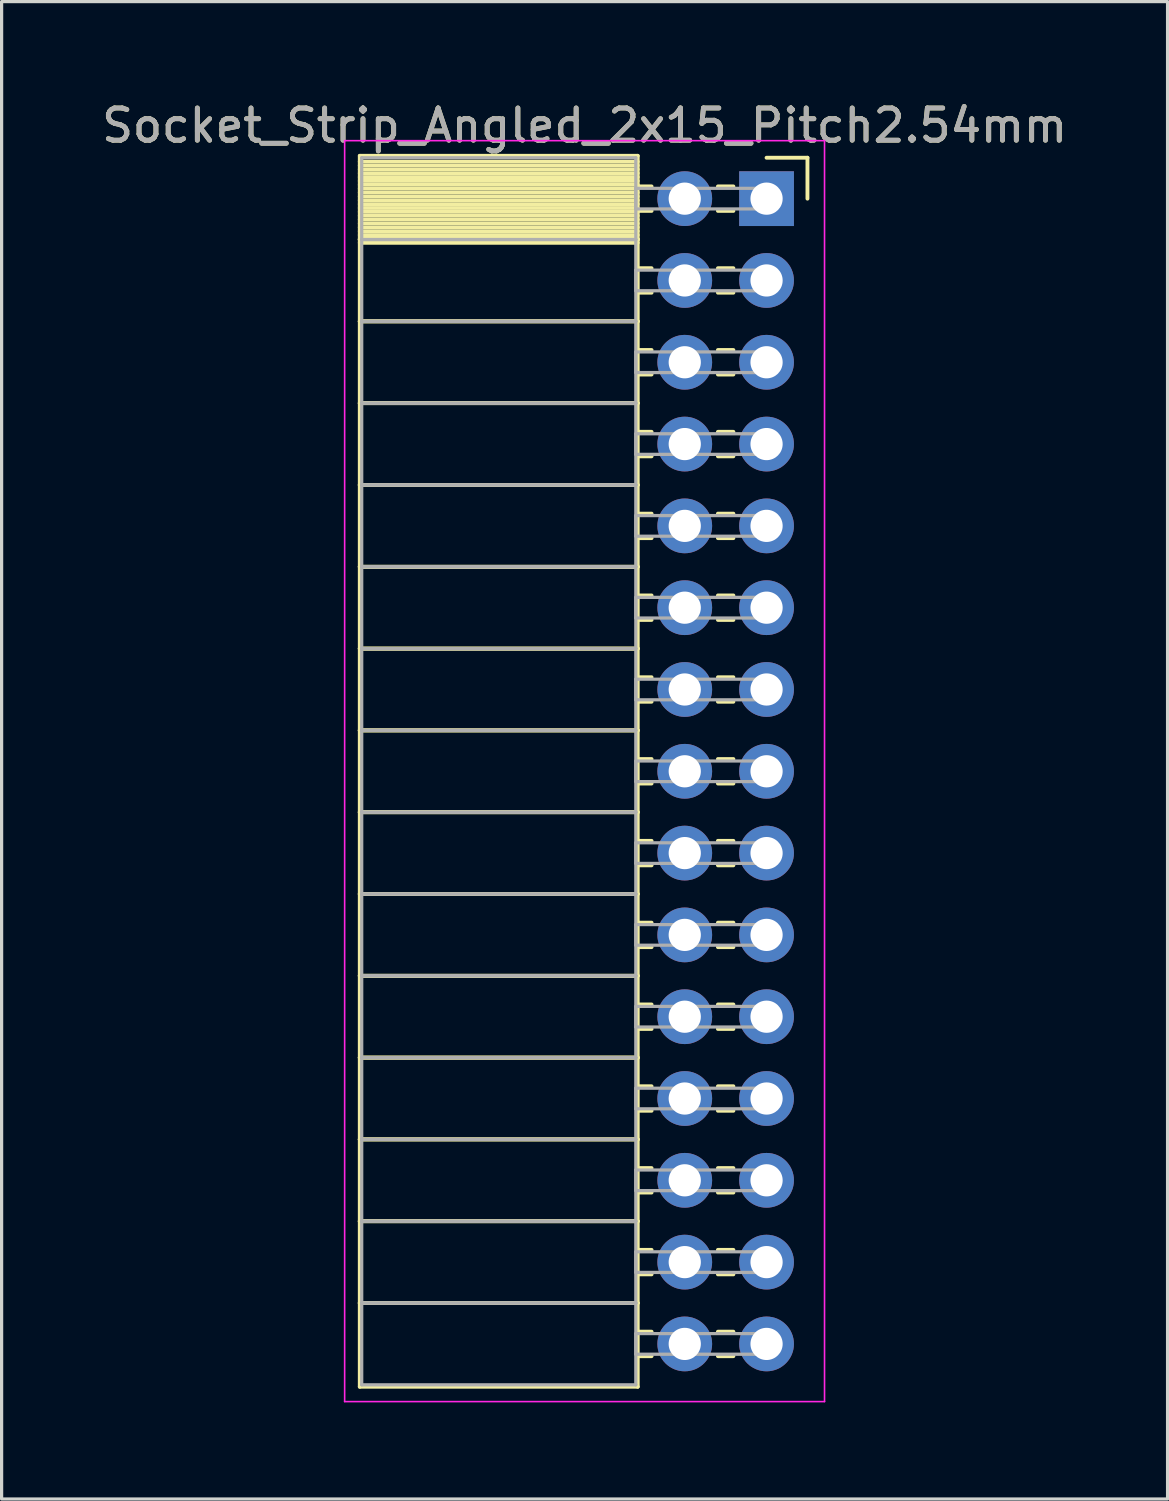
<source format=kicad_pcb>
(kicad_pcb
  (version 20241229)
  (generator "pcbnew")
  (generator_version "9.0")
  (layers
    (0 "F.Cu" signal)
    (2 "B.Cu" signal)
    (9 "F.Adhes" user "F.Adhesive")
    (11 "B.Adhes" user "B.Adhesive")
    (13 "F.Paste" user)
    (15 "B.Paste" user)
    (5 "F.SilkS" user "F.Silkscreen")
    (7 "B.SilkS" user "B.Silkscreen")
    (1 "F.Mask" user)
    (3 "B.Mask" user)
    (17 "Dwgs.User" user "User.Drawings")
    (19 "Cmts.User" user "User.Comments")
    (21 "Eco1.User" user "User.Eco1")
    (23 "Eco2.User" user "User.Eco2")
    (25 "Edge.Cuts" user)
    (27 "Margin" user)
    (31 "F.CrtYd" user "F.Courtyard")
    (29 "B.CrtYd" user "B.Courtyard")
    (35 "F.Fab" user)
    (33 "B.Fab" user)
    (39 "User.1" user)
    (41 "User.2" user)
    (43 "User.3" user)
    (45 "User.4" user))
  (footprint "Socket_Strip_Angled_2x15_Pitch2.54mm"
    (layer "F.Cu")
    (at 20.751 3.118)
    (property "Reference" "Socket_Strip_Angled_2x15_Pitch2.54mm" (at -5.65 -2.27 0) (layer "F.SilkS") (effects (font (size 1 1) (thickness 0.15))))
    (attr through_hole)
    (fp_line (start -12.63 -1.33) (end -4 -1.33) (stroke (width 0.12) (type solid)) (layer "F.SilkS"))
    (fp_line (start -12.63 1.27) (end -12.63 -1.33) (stroke (width 0.12) (type solid)) (layer "F.SilkS"))
    (fp_line (start -12.63 1.27) (end -4 1.27) (stroke (width 0.12) (type solid)) (layer "F.SilkS"))
    (fp_line (start -12.63 3.81) (end -12.63 1.27) (stroke (width 0.12) (type solid)) (layer "F.SilkS"))
    (fp_line (start -12.63 3.81) (end -4 3.81) (stroke (width 0.12) (type solid)) (layer "F.SilkS"))
    (fp_line (start -12.63 6.35) (end -12.63 3.81) (stroke (width 0.12) (type solid)) (layer "F.SilkS"))
    (fp_line (start -12.63 6.35) (end -4 6.35) (stroke (width 0.12) (type solid)) (layer "F.SilkS"))
    (fp_line (start -12.63 8.89) (end -12.63 6.35) (stroke (width 0.12) (type solid)) (layer "F.SilkS"))
    (fp_line (start -12.63 8.89) (end -4 8.89) (stroke (width 0.12) (type solid)) (layer "F.SilkS"))
    (fp_line (start -12.63 11.43) (end -12.63 8.89) (stroke (width 0.12) (type solid)) (layer "F.SilkS"))
    (fp_line (start -12.63 11.43) (end -4 11.43) (stroke (width 0.12) (type solid)) (layer "F.SilkS"))
    (fp_line (start -12.63 13.97) (end -12.63 11.43) (stroke (width 0.12) (type solid)) (layer "F.SilkS"))
    (fp_line (start -12.63 13.97) (end -4 13.97) (stroke (width 0.12) (type solid)) (layer "F.SilkS"))
    (fp_line (start -12.63 16.51) (end -12.63 13.97) (stroke (width 0.12) (type solid)) (layer "F.SilkS"))
    (fp_line (start -12.63 16.51) (end -4 16.51) (stroke (width 0.12) (type solid)) (layer "F.SilkS"))
    (fp_line (start -12.63 19.05) (end -12.63 16.51) (stroke (width 0.12) (type solid)) (layer "F.SilkS"))
    (fp_line (start -12.63 19.05) (end -4 19.05) (stroke (width 0.12) (type solid)) (layer "F.SilkS"))
    (fp_line (start -12.63 21.59) (end -12.63 19.05) (stroke (width 0.12) (type solid)) (layer "F.SilkS"))
    (fp_line (start -12.63 21.59) (end -4 21.59) (stroke (width 0.12) (type solid)) (layer "F.SilkS"))
    (fp_line (start -12.63 24.13) (end -12.63 21.59) (stroke (width 0.12) (type solid)) (layer "F.SilkS"))
    (fp_line (start -12.63 24.13) (end -4 24.13) (stroke (width 0.12) (type solid)) (layer "F.SilkS"))
    (fp_line (start -12.63 26.67) (end -12.63 24.13) (stroke (width 0.12) (type solid)) (layer "F.SilkS"))
    (fp_line (start -12.63 26.67) (end -4 26.67) (stroke (width 0.12) (type solid)) (layer "F.SilkS"))
    (fp_line (start -12.63 29.21) (end -12.63 26.67) (stroke (width 0.12) (type solid)) (layer "F.SilkS"))
    (fp_line (start -12.63 29.21) (end -4 29.21) (stroke (width 0.12) (type solid)) (layer "F.SilkS"))
    (fp_line (start -12.63 31.75) (end -12.63 29.21) (stroke (width 0.12) (type solid)) (layer "F.SilkS"))
    (fp_line (start -12.63 31.75) (end -4 31.75) (stroke (width 0.12) (type solid)) (layer "F.SilkS"))
    (fp_line (start -12.63 34.29) (end -12.63 31.75) (stroke (width 0.12) (type solid)) (layer "F.SilkS"))
    (fp_line (start -12.63 34.29) (end -4 34.29) (stroke (width 0.12) (type solid)) (layer "F.SilkS"))
    (fp_line (start -12.63 36.89) (end -12.63 34.29) (stroke (width 0.12) (type solid)) (layer "F.SilkS"))
    (fp_line (start -4 -1.33) (end -4 1.27) (stroke (width 0.12) (type solid)) (layer "F.SilkS"))
    (fp_line (start -4 -1.15) (end -12.63 -1.15) (stroke (width 0.12) (type solid)) (layer "F.SilkS"))
    (fp_line (start -4 -1.03) (end -12.63 -1.03) (stroke (width 0.12) (type solid)) (layer "F.SilkS"))
    (fp_line (start -4 -0.91) (end -12.63 -0.91) (stroke (width 0.12) (type solid)) (layer "F.SilkS"))
    (fp_line (start -4 -0.79) (end -12.63 -0.79) (stroke (width 0.12) (type solid)) (layer "F.SilkS"))
    (fp_line (start -4 -0.67) (end -12.63 -0.67) (stroke (width 0.12) (type solid)) (layer "F.SilkS"))
    (fp_line (start -4 -0.55) (end -12.63 -0.55) (stroke (width 0.12) (type solid)) (layer "F.SilkS"))
    (fp_line (start -4 -0.43) (end -12.63 -0.43) (stroke (width 0.12) (type solid)) (layer "F.SilkS"))
    (fp_line (start -4 -0.31) (end -12.63 -0.31) (stroke (width 0.12) (type solid)) (layer "F.SilkS"))
    (fp_line (start -4 -0.19) (end -12.63 -0.19) (stroke (width 0.12) (type solid)) (layer "F.SilkS"))
    (fp_line (start -4 -0.07) (end -12.63 -0.07) (stroke (width 0.12) (type solid)) (layer "F.SilkS"))
    (fp_line (start -4 0.05) (end -12.63 0.05) (stroke (width 0.12) (type solid)) (layer "F.SilkS"))
    (fp_line (start -4 0.17) (end -12.63 0.17) (stroke (width 0.12) (type solid)) (layer "F.SilkS"))
    (fp_line (start -4 0.29) (end -12.63 0.29) (stroke (width 0.12) (type solid)) (layer "F.SilkS"))
    (fp_line (start -4 0.41) (end -12.63 0.41) (stroke (width 0.12) (type solid)) (layer "F.SilkS"))
    (fp_line (start -4 0.53) (end -12.63 0.53) (stroke (width 0.12) (type solid)) (layer "F.SilkS"))
    (fp_line (start -4 0.65) (end -12.63 0.65) (stroke (width 0.12) (type solid)) (layer "F.SilkS"))
    (fp_line (start -4 0.77) (end -12.63 0.77) (stroke (width 0.12) (type solid)) (layer "F.SilkS"))
    (fp_line (start -4 0.89) (end -12.63 0.89) (stroke (width 0.12) (type solid)) (layer "F.SilkS"))
    (fp_line (start -4 1.01) (end -12.63 1.01) (stroke (width 0.12) (type solid)) (layer "F.SilkS"))
    (fp_line (start -4 1.13) (end -12.63 1.13) (stroke (width 0.12) (type solid)) (layer "F.SilkS"))
    (fp_line (start -4 1.25) (end -12.63 1.25) (stroke (width 0.12) (type solid)) (layer "F.SilkS"))
    (fp_line (start -4 1.27) (end -12.63 1.27) (stroke (width 0.12) (type solid)) (layer "F.SilkS"))
    (fp_line (start -4 1.27) (end -4 3.81) (stroke (width 0.12) (type solid)) (layer "F.SilkS"))
    (fp_line (start -4 1.37) (end -12.63 1.37) (stroke (width 0.12) (type solid)) (layer "F.SilkS"))
    (fp_line (start -4 3.81) (end -12.63 3.81) (stroke (width 0.12) (type solid)) (layer "F.SilkS"))
    (fp_line (start -4 3.81) (end -4 6.35) (stroke (width 0.12) (type solid)) (layer "F.SilkS"))
    (fp_line (start -4 6.35) (end -12.63 6.35) (stroke (width 0.12) (type solid)) (layer "F.SilkS"))
    (fp_line (start -4 6.35) (end -4 8.89) (stroke (width 0.12) (type solid)) (layer "F.SilkS"))
    (fp_line (start -4 8.89) (end -12.63 8.89) (stroke (width 0.12) (type solid)) (layer "F.SilkS"))
    (fp_line (start -4 8.89) (end -4 11.43) (stroke (width 0.12) (type solid)) (layer "F.SilkS"))
    (fp_line (start -4 11.43) (end -12.63 11.43) (stroke (width 0.12) (type solid)) (layer "F.SilkS"))
    (fp_line (start -4 11.43) (end -4 13.97) (stroke (width 0.12) (type solid)) (layer "F.SilkS"))
    (fp_line (start -4 13.97) (end -12.63 13.97) (stroke (width 0.12) (type solid)) (layer "F.SilkS"))
    (fp_line (start -4 13.97) (end -4 16.51) (stroke (width 0.12) (type solid)) (layer "F.SilkS"))
    (fp_line (start -4 16.51) (end -12.63 16.51) (stroke (width 0.12) (type solid)) (layer "F.SilkS"))
    (fp_line (start -4 16.51) (end -4 19.05) (stroke (width 0.12) (type solid)) (layer "F.SilkS"))
    (fp_line (start -4 19.05) (end -12.63 19.05) (stroke (width 0.12) (type solid)) (layer "F.SilkS"))
    (fp_line (start -4 19.05) (end -4 21.59) (stroke (width 0.12) (type solid)) (layer "F.SilkS"))
    (fp_line (start -4 21.59) (end -12.63 21.59) (stroke (width 0.12) (type solid)) (layer "F.SilkS"))
    (fp_line (start -4 21.59) (end -4 24.13) (stroke (width 0.12) (type solid)) (layer "F.SilkS"))
    (fp_line (start -4 24.13) (end -12.63 24.13) (stroke (width 0.12) (type solid)) (layer "F.SilkS"))
    (fp_line (start -4 24.13) (end -4 26.67) (stroke (width 0.12) (type solid)) (layer "F.SilkS"))
    (fp_line (start -4 26.67) (end -12.63 26.67) (stroke (width 0.12) (type solid)) (layer "F.SilkS"))
    (fp_line (start -4 26.67) (end -4 29.21) (stroke (width 0.12) (type solid)) (layer "F.SilkS"))
    (fp_line (start -4 29.21) (end -12.63 29.21) (stroke (width 0.12) (type solid)) (layer "F.SilkS"))
    (fp_line (start -4 29.21) (end -4 31.75) (stroke (width 0.12) (type solid)) (layer "F.SilkS"))
    (fp_line (start -4 31.75) (end -12.63 31.75) (stroke (width 0.12) (type solid)) (layer "F.SilkS"))
    (fp_line (start -4 31.75) (end -4 34.29) (stroke (width 0.12) (type solid)) (layer "F.SilkS"))
    (fp_line (start -4 34.29) (end -12.63 34.29) (stroke (width 0.12) (type solid)) (layer "F.SilkS"))
    (fp_line (start -4 34.29) (end -4 36.89) (stroke (width 0.12) (type solid)) (layer "F.SilkS"))
    (fp_line (start -4 36.89) (end -12.63 36.89) (stroke (width 0.12) (type solid)) (layer "F.SilkS"))
    (fp_line (start -3.57 -0.38) (end -4 -0.38) (stroke (width 0.12) (type solid)) (layer "F.SilkS"))
    (fp_line (start -3.57 0.38) (end -4 0.38) (stroke (width 0.12) (type solid)) (layer "F.SilkS"))
    (fp_line (start -3.57 2.16) (end -4 2.16) (stroke (width 0.12) (type solid)) (layer "F.SilkS"))
    (fp_line (start -3.57 2.92) (end -4 2.92) (stroke (width 0.12) (type solid)) (layer "F.SilkS"))
    (fp_line (start -3.57 4.7) (end -4 4.7) (stroke (width 0.12) (type solid)) (layer "F.SilkS"))
    (fp_line (start -3.57 5.46) (end -4 5.46) (stroke (width 0.12) (type solid)) (layer "F.SilkS"))
    (fp_line (start -3.57 7.24) (end -4 7.24) (stroke (width 0.12) (type solid)) (layer "F.SilkS"))
    (fp_line (start -3.57 8) (end -4 8) (stroke (width 0.12) (type solid)) (layer "F.SilkS"))
    (fp_line (start -3.57 9.78) (end -4 9.78) (stroke (width 0.12) (type solid)) (layer "F.SilkS"))
    (fp_line (start -3.57 10.54) (end -4 10.54) (stroke (width 0.12) (type solid)) (layer "F.SilkS"))
    (fp_line (start -3.57 12.32) (end -4 12.32) (stroke (width 0.12) (type solid)) (layer "F.SilkS"))
    (fp_line (start -3.57 13.08) (end -4 13.08) (stroke (width 0.12) (type solid)) (layer "F.SilkS"))
    (fp_line (start -3.57 14.86) (end -4 14.86) (stroke (width 0.12) (type solid)) (layer "F.SilkS"))
    (fp_line (start -3.57 15.62) (end -4 15.62) (stroke (width 0.12) (type solid)) (layer "F.SilkS"))
    (fp_line (start -3.57 17.4) (end -4 17.4) (stroke (width 0.12) (type solid)) (layer "F.SilkS"))
    (fp_line (start -3.57 18.16) (end -4 18.16) (stroke (width 0.12) (type solid)) (layer "F.SilkS"))
    (fp_line (start -3.57 19.94) (end -4 19.94) (stroke (width 0.12) (type solid)) (layer "F.SilkS"))
    (fp_line (start -3.57 20.7) (end -4 20.7) (stroke (width 0.12) (type solid)) (layer "F.SilkS"))
    (fp_line (start -3.57 22.48) (end -4 22.48) (stroke (width 0.12) (type solid)) (layer "F.SilkS"))
    (fp_line (start -3.57 23.24) (end -4 23.24) (stroke (width 0.12) (type solid)) (layer "F.SilkS"))
    (fp_line (start -3.57 25.02) (end -4 25.02) (stroke (width 0.12) (type solid)) (layer "F.SilkS"))
    (fp_line (start -3.57 25.78) (end -4 25.78) (stroke (width 0.12) (type solid)) (layer "F.SilkS"))
    (fp_line (start -3.57 27.56) (end -4 27.56) (stroke (width 0.12) (type solid)) (layer "F.SilkS"))
    (fp_line (start -3.57 28.32) (end -4 28.32) (stroke (width 0.12) (type solid)) (layer "F.SilkS"))
    (fp_line (start -3.57 30.1) (end -4 30.1) (stroke (width 0.12) (type solid)) (layer "F.SilkS"))
    (fp_line (start -3.57 30.86) (end -4 30.86) (stroke (width 0.12) (type solid)) (layer "F.SilkS"))
    (fp_line (start -3.57 32.64) (end -4 32.64) (stroke (width 0.12) (type solid)) (layer "F.SilkS"))
    (fp_line (start -3.57 33.4) (end -4 33.4) (stroke (width 0.12) (type solid)) (layer "F.SilkS"))
    (fp_line (start -3.57 35.18) (end -4 35.18) (stroke (width 0.12) (type solid)) (layer "F.SilkS"))
    (fp_line (start -3.57 35.94) (end -4 35.94) (stroke (width 0.12) (type solid)) (layer "F.SilkS"))
    (fp_line (start -1.03 -0.38) (end -1.51 -0.38) (stroke (width 0.12) (type solid)) (layer "F.SilkS"))
    (fp_line (start -1.03 0.38) (end -1.51 0.38) (stroke (width 0.12) (type solid)) (layer "F.SilkS"))
    (fp_line (start -1.03 2.16) (end -1.51 2.16) (stroke (width 0.12) (type solid)) (layer "F.SilkS"))
    (fp_line (start -1.03 2.92) (end -1.51 2.92) (stroke (width 0.12) (type solid)) (layer "F.SilkS"))
    (fp_line (start -1.03 4.7) (end -1.51 4.7) (stroke (width 0.12) (type solid)) (layer "F.SilkS"))
    (fp_line (start -1.03 5.46) (end -1.51 5.46) (stroke (width 0.12) (type solid)) (layer "F.SilkS"))
    (fp_line (start -1.03 7.24) (end -1.51 7.24) (stroke (width 0.12) (type solid)) (layer "F.SilkS"))
    (fp_line (start -1.03 8) (end -1.51 8) (stroke (width 0.12) (type solid)) (layer "F.SilkS"))
    (fp_line (start -1.03 9.78) (end -1.51 9.78) (stroke (width 0.12) (type solid)) (layer "F.SilkS"))
    (fp_line (start -1.03 10.54) (end -1.51 10.54) (stroke (width 0.12) (type solid)) (layer "F.SilkS"))
    (fp_line (start -1.03 12.32) (end -1.51 12.32) (stroke (width 0.12) (type solid)) (layer "F.SilkS"))
    (fp_line (start -1.03 13.08) (end -1.51 13.08) (stroke (width 0.12) (type solid)) (layer "F.SilkS"))
    (fp_line (start -1.03 14.86) (end -1.51 14.86) (stroke (width 0.12) (type solid)) (layer "F.SilkS"))
    (fp_line (start -1.03 15.62) (end -1.51 15.62) (stroke (width 0.12) (type solid)) (layer "F.SilkS"))
    (fp_line (start -1.03 17.4) (end -1.51 17.4) (stroke (width 0.12) (type solid)) (layer "F.SilkS"))
    (fp_line (start -1.03 18.16) (end -1.51 18.16) (stroke (width 0.12) (type solid)) (layer "F.SilkS"))
    (fp_line (start -1.03 19.94) (end -1.51 19.94) (stroke (width 0.12) (type solid)) (layer "F.SilkS"))
    (fp_line (start -1.03 20.7) (end -1.51 20.7) (stroke (width 0.12) (type solid)) (layer "F.SilkS"))
    (fp_line (start -1.03 22.48) (end -1.51 22.48) (stroke (width 0.12) (type solid)) (layer "F.SilkS"))
    (fp_line (start -1.03 23.24) (end -1.51 23.24) (stroke (width 0.12) (type solid)) (layer "F.SilkS"))
    (fp_line (start -1.03 25.02) (end -1.51 25.02) (stroke (width 0.12) (type solid)) (layer "F.SilkS"))
    (fp_line (start -1.03 25.78) (end -1.51 25.78) (stroke (width 0.12) (type solid)) (layer "F.SilkS"))
    (fp_line (start -1.03 27.56) (end -1.51 27.56) (stroke (width 0.12) (type solid)) (layer "F.SilkS"))
    (fp_line (start -1.03 28.32) (end -1.51 28.32) (stroke (width 0.12) (type solid)) (layer "F.SilkS"))
    (fp_line (start -1.03 30.1) (end -1.51 30.1) (stroke (width 0.12) (type solid)) (layer "F.SilkS"))
    (fp_line (start -1.03 30.86) (end -1.51 30.86) (stroke (width 0.12) (type solid)) (layer "F.SilkS"))
    (fp_line (start -1.03 32.64) (end -1.51 32.64) (stroke (width 0.12) (type solid)) (layer "F.SilkS"))
    (fp_line (start -1.03 33.4) (end -1.51 33.4) (stroke (width 0.12) (type solid)) (layer "F.SilkS"))
    (fp_line (start -1.03 35.18) (end -1.51 35.18) (stroke (width 0.12) (type solid)) (layer "F.SilkS"))
    (fp_line (start -1.03 35.94) (end -1.51 35.94) (stroke (width 0.12) (type solid)) (layer "F.SilkS"))
    (fp_line (start 0 -1.27) (end 1.27 -1.27) (stroke (width 0.12) (type solid)) (layer "F.SilkS"))
    (fp_line (start 1.27 -1.27) (end 1.27 0) (stroke (width 0.12) (type solid)) (layer "F.SilkS"))
    (fp_line (start -13.1 -1.8) (end 1.8 -1.8) (stroke (width 0.05) (type solid)) (layer "F.CrtYd"))
    (fp_line (start -13.1 37.35) (end -13.1 -1.8) (stroke (width 0.05) (type solid)) (layer "F.CrtYd"))
    (fp_line (start 1.8 -1.8) (end 1.8 37.35) (stroke (width 0.05) (type solid)) (layer "F.CrtYd"))
    (fp_line (start 1.8 37.35) (end -13.1 37.35) (stroke (width 0.05) (type solid)) (layer "F.CrtYd"))
    (fp_line (start -12.57 -1.27) (end -4.06 -1.27) (stroke (width 0.1) (type solid)) (layer "F.Fab"))
    (fp_line (start -12.57 1.27) (end -12.57 -1.27) (stroke (width 0.1) (type solid)) (layer "F.Fab"))
    (fp_line (start -12.57 1.27) (end -4.06 1.27) (stroke (width 0.1) (type solid)) (layer "F.Fab"))
    (fp_line (start -12.57 3.81) (end -12.57 1.27) (stroke (width 0.1) (type solid)) (layer "F.Fab"))
    (fp_line (start -12.57 3.81) (end -4.06 3.81) (stroke (width 0.1) (type solid)) (layer "F.Fab"))
    (fp_line (start -12.57 6.35) (end -12.57 3.81) (stroke (width 0.1) (type solid)) (layer "F.Fab"))
    (fp_line (start -12.57 6.35) (end -4.06 6.35) (stroke (width 0.1) (type solid)) (layer "F.Fab"))
    (fp_line (start -12.57 8.89) (end -12.57 6.35) (stroke (width 0.1) (type solid)) (layer "F.Fab"))
    (fp_line (start -12.57 8.89) (end -4.06 8.89) (stroke (width 0.1) (type solid)) (layer "F.Fab"))
    (fp_line (start -12.57 11.43) (end -12.57 8.89) (stroke (width 0.1) (type solid)) (layer "F.Fab"))
    (fp_line (start -12.57 11.43) (end -4.06 11.43) (stroke (width 0.1) (type solid)) (layer "F.Fab"))
    (fp_line (start -12.57 13.97) (end -12.57 11.43) (stroke (width 0.1) (type solid)) (layer "F.Fab"))
    (fp_line (start -12.57 13.97) (end -4.06 13.97) (stroke (width 0.1) (type solid)) (layer "F.Fab"))
    (fp_line (start -12.57 16.51) (end -12.57 13.97) (stroke (width 0.1) (type solid)) (layer "F.Fab"))
    (fp_line (start -12.57 16.51) (end -4.06 16.51) (stroke (width 0.1) (type solid)) (layer "F.Fab"))
    (fp_line (start -12.57 19.05) (end -12.57 16.51) (stroke (width 0.1) (type solid)) (layer "F.Fab"))
    (fp_line (start -12.57 19.05) (end -4.06 19.05) (stroke (width 0.1) (type solid)) (layer "F.Fab"))
    (fp_line (start -12.57 21.59) (end -12.57 19.05) (stroke (width 0.1) (type solid)) (layer "F.Fab"))
    (fp_line (start -12.57 21.59) (end -4.06 21.59) (stroke (width 0.1) (type solid)) (layer "F.Fab"))
    (fp_line (start -12.57 24.13) (end -12.57 21.59) (stroke (width 0.1) (type solid)) (layer "F.Fab"))
    (fp_line (start -12.57 24.13) (end -4.06 24.13) (stroke (width 0.1) (type solid)) (layer "F.Fab"))
    (fp_line (start -12.57 26.67) (end -12.57 24.13) (stroke (width 0.1) (type solid)) (layer "F.Fab"))
    (fp_line (start -12.57 26.67) (end -4.06 26.67) (stroke (width 0.1) (type solid)) (layer "F.Fab"))
    (fp_line (start -12.57 29.21) (end -12.57 26.67) (stroke (width 0.1) (type solid)) (layer "F.Fab"))
    (fp_line (start -12.57 29.21) (end -4.06 29.21) (stroke (width 0.1) (type solid)) (layer "F.Fab"))
    (fp_line (start -12.57 31.75) (end -12.57 29.21) (stroke (width 0.1) (type solid)) (layer "F.Fab"))
    (fp_line (start -12.57 31.75) (end -4.06 31.75) (stroke (width 0.1) (type solid)) (layer "F.Fab"))
    (fp_line (start -12.57 34.29) (end -12.57 31.75) (stroke (width 0.1) (type solid)) (layer "F.Fab"))
    (fp_line (start -12.57 34.29) (end -4.06 34.29) (stroke (width 0.1) (type solid)) (layer "F.Fab"))
    (fp_line (start -12.57 36.83) (end -12.57 34.29) (stroke (width 0.1) (type solid)) (layer "F.Fab"))
    (fp_line (start -4.06 -1.27) (end -4.06 1.27) (stroke (width 0.1) (type solid)) (layer "F.Fab"))
    (fp_line (start -4.06 -0.32) (end 0 -0.32) (stroke (width 0.1) (type solid)) (layer "F.Fab"))
    (fp_line (start -4.06 0.32) (end -4.06 -0.32) (stroke (width 0.1) (type solid)) (layer "F.Fab"))
    (fp_line (start -4.06 1.27) (end -12.57 1.27) (stroke (width 0.1) (type solid)) (layer "F.Fab"))
    (fp_line (start -4.06 1.27) (end -4.06 3.81) (stroke (width 0.1) (type solid)) (layer "F.Fab"))
    (fp_line (start -4.06 2.22) (end 0 2.22) (stroke (width 0.1) (type solid)) (layer "F.Fab"))
    (fp_line (start -4.06 2.86) (end -4.06 2.22) (stroke (width 0.1) (type solid)) (layer "F.Fab"))
    (fp_line (start -4.06 3.81) (end -12.57 3.81) (stroke (width 0.1) (type solid)) (layer "F.Fab"))
    (fp_line (start -4.06 3.81) (end -4.06 6.35) (stroke (width 0.1) (type solid)) (layer "F.Fab"))
    (fp_line (start -4.06 4.76) (end 0 4.76) (stroke (width 0.1) (type solid)) (layer "F.Fab"))
    (fp_line (start -4.06 5.4) (end -4.06 4.76) (stroke (width 0.1) (type solid)) (layer "F.Fab"))
    (fp_line (start -4.06 6.35) (end -12.57 6.35) (stroke (width 0.1) (type solid)) (layer "F.Fab"))
    (fp_line (start -4.06 6.35) (end -4.06 8.89) (stroke (width 0.1) (type solid)) (layer "F.Fab"))
    (fp_line (start -4.06 7.3) (end 0 7.3) (stroke (width 0.1) (type solid)) (layer "F.Fab"))
    (fp_line (start -4.06 7.94) (end -4.06 7.3) (stroke (width 0.1) (type solid)) (layer "F.Fab"))
    (fp_line (start -4.06 8.89) (end -12.57 8.89) (stroke (width 0.1) (type solid)) (layer "F.Fab"))
    (fp_line (start -4.06 8.89) (end -4.06 11.43) (stroke (width 0.1) (type solid)) (layer "F.Fab"))
    (fp_line (start -4.06 9.84) (end 0 9.84) (stroke (width 0.1) (type solid)) (layer "F.Fab"))
    (fp_line (start -4.06 10.48) (end -4.06 9.84) (stroke (width 0.1) (type solid)) (layer "F.Fab"))
    (fp_line (start -4.06 11.43) (end -12.57 11.43) (stroke (width 0.1) (type solid)) (layer "F.Fab"))
    (fp_line (start -4.06 11.43) (end -4.06 13.97) (stroke (width 0.1) (type solid)) (layer "F.Fab"))
    (fp_line (start -4.06 12.38) (end 0 12.38) (stroke (width 0.1) (type solid)) (layer "F.Fab"))
    (fp_line (start -4.06 13.02) (end -4.06 12.38) (stroke (width 0.1) (type solid)) (layer "F.Fab"))
    (fp_line (start -4.06 13.97) (end -12.57 13.97) (stroke (width 0.1) (type solid)) (layer "F.Fab"))
    (fp_line (start -4.06 13.97) (end -4.06 16.51) (stroke (width 0.1) (type solid)) (layer "F.Fab"))
    (fp_line (start -4.06 14.92) (end 0 14.92) (stroke (width 0.1) (type solid)) (layer "F.Fab"))
    (fp_line (start -4.06 15.56) (end -4.06 14.92) (stroke (width 0.1) (type solid)) (layer "F.Fab"))
    (fp_line (start -4.06 16.51) (end -12.57 16.51) (stroke (width 0.1) (type solid)) (layer "F.Fab"))
    (fp_line (start -4.06 16.51) (end -4.06 19.05) (stroke (width 0.1) (type solid)) (layer "F.Fab"))
    (fp_line (start -4.06 17.46) (end 0 17.46) (stroke (width 0.1) (type solid)) (layer "F.Fab"))
    (fp_line (start -4.06 18.1) (end -4.06 17.46) (stroke (width 0.1) (type solid)) (layer "F.Fab"))
    (fp_line (start -4.06 19.05) (end -12.57 19.05) (stroke (width 0.1) (type solid)) (layer "F.Fab"))
    (fp_line (start -4.06 19.05) (end -4.06 21.59) (stroke (width 0.1) (type solid)) (layer "F.Fab"))
    (fp_line (start -4.06 20) (end 0 20) (stroke (width 0.1) (type solid)) (layer "F.Fab"))
    (fp_line (start -4.06 20.64) (end -4.06 20) (stroke (width 0.1) (type solid)) (layer "F.Fab"))
    (fp_line (start -4.06 21.59) (end -12.57 21.59) (stroke (width 0.1) (type solid)) (layer "F.Fab"))
    (fp_line (start -4.06 21.59) (end -4.06 24.13) (stroke (width 0.1) (type solid)) (layer "F.Fab"))
    (fp_line (start -4.06 22.54) (end 0 22.54) (stroke (width 0.1) (type solid)) (layer "F.Fab"))
    (fp_line (start -4.06 23.18) (end -4.06 22.54) (stroke (width 0.1) (type solid)) (layer "F.Fab"))
    (fp_line (start -4.06 24.13) (end -12.57 24.13) (stroke (width 0.1) (type solid)) (layer "F.Fab"))
    (fp_line (start -4.06 24.13) (end -4.06 26.67) (stroke (width 0.1) (type solid)) (layer "F.Fab"))
    (fp_line (start -4.06 25.08) (end 0 25.08) (stroke (width 0.1) (type solid)) (layer "F.Fab"))
    (fp_line (start -4.06 25.72) (end -4.06 25.08) (stroke (width 0.1) (type solid)) (layer "F.Fab"))
    (fp_line (start -4.06 26.67) (end -12.57 26.67) (stroke (width 0.1) (type solid)) (layer "F.Fab"))
    (fp_line (start -4.06 26.67) (end -4.06 29.21) (stroke (width 0.1) (type solid)) (layer "F.Fab"))
    (fp_line (start -4.06 27.62) (end 0 27.62) (stroke (width 0.1) (type solid)) (layer "F.Fab"))
    (fp_line (start -4.06 28.26) (end -4.06 27.62) (stroke (width 0.1) (type solid)) (layer "F.Fab"))
    (fp_line (start -4.06 29.21) (end -12.57 29.21) (stroke (width 0.1) (type solid)) (layer "F.Fab"))
    (fp_line (start -4.06 29.21) (end -4.06 31.75) (stroke (width 0.1) (type solid)) (layer "F.Fab"))
    (fp_line (start -4.06 30.16) (end 0 30.16) (stroke (width 0.1) (type solid)) (layer "F.Fab"))
    (fp_line (start -4.06 30.8) (end -4.06 30.16) (stroke (width 0.1) (type solid)) (layer "F.Fab"))
    (fp_line (start -4.06 31.75) (end -12.57 31.75) (stroke (width 0.1) (type solid)) (layer "F.Fab"))
    (fp_line (start -4.06 31.75) (end -4.06 34.29) (stroke (width 0.1) (type solid)) (layer "F.Fab"))
    (fp_line (start -4.06 32.7) (end 0 32.7) (stroke (width 0.1) (type solid)) (layer "F.Fab"))
    (fp_line (start -4.06 33.34) (end -4.06 32.7) (stroke (width 0.1) (type solid)) (layer "F.Fab"))
    (fp_line (start -4.06 34.29) (end -12.57 34.29) (stroke (width 0.1) (type solid)) (layer "F.Fab"))
    (fp_line (start -4.06 34.29) (end -4.06 36.83) (stroke (width 0.1) (type solid)) (layer "F.Fab"))
    (fp_line (start -4.06 35.24) (end 0 35.24) (stroke (width 0.1) (type solid)) (layer "F.Fab"))
    (fp_line (start -4.06 35.88) (end -4.06 35.24) (stroke (width 0.1) (type solid)) (layer "F.Fab"))
    (fp_line (start -4.06 36.83) (end -12.57 36.83) (stroke (width 0.1) (type solid)) (layer "F.Fab"))
    (fp_line (start 0 -0.32) (end 0 0.32) (stroke (width 0.1) (type solid)) (layer "F.Fab"))
    (fp_line (start 0 0.32) (end -4.06 0.32) (stroke (width 0.1) (type solid)) (layer "F.Fab"))
    (fp_line (start 0 2.22) (end 0 2.86) (stroke (width 0.1) (type solid)) (layer "F.Fab"))
    (fp_line (start 0 2.86) (end -4.06 2.86) (stroke (width 0.1) (type solid)) (layer "F.Fab"))
    (fp_line (start 0 4.76) (end 0 5.4) (stroke (width 0.1) (type solid)) (layer "F.Fab"))
    (fp_line (start 0 5.4) (end -4.06 5.4) (stroke (width 0.1) (type solid)) (layer "F.Fab"))
    (fp_line (start 0 7.3) (end 0 7.94) (stroke (width 0.1) (type solid)) (layer "F.Fab"))
    (fp_line (start 0 7.94) (end -4.06 7.94) (stroke (width 0.1) (type solid)) (layer "F.Fab"))
    (fp_line (start 0 9.84) (end 0 10.48) (stroke (width 0.1) (type solid)) (layer "F.Fab"))
    (fp_line (start 0 10.48) (end -4.06 10.48) (stroke (width 0.1) (type solid)) (layer "F.Fab"))
    (fp_line (start 0 12.38) (end 0 13.02) (stroke (width 0.1) (type solid)) (layer "F.Fab"))
    (fp_line (start 0 13.02) (end -4.06 13.02) (stroke (width 0.1) (type solid)) (layer "F.Fab"))
    (fp_line (start 0 14.92) (end 0 15.56) (stroke (width 0.1) (type solid)) (layer "F.Fab"))
    (fp_line (start 0 15.56) (end -4.06 15.56) (stroke (width 0.1) (type solid)) (layer "F.Fab"))
    (fp_line (start 0 17.46) (end 0 18.1) (stroke (width 0.1) (type solid)) (layer "F.Fab"))
    (fp_line (start 0 18.1) (end -4.06 18.1) (stroke (width 0.1) (type solid)) (layer "F.Fab"))
    (fp_line (start 0 20) (end 0 20.64) (stroke (width 0.1) (type solid)) (layer "F.Fab"))
    (fp_line (start 0 20.64) (end -4.06 20.64) (stroke (width 0.1) (type solid)) (layer "F.Fab"))
    (fp_line (start 0 22.54) (end 0 23.18) (stroke (width 0.1) (type solid)) (layer "F.Fab"))
    (fp_line (start 0 23.18) (end -4.06 23.18) (stroke (width 0.1) (type solid)) (layer "F.Fab"))
    (fp_line (start 0 25.08) (end 0 25.72) (stroke (width 0.1) (type solid)) (layer "F.Fab"))
    (fp_line (start 0 25.72) (end -4.06 25.72) (stroke (width 0.1) (type solid)) (layer "F.Fab"))
    (fp_line (start 0 27.62) (end 0 28.26) (stroke (width 0.1) (type solid)) (layer "F.Fab"))
    (fp_line (start 0 28.26) (end -4.06 28.26) (stroke (width 0.1) (type solid)) (layer "F.Fab"))
    (fp_line (start 0 30.16) (end 0 30.8) (stroke (width 0.1) (type solid)) (layer "F.Fab"))
    (fp_line (start 0 30.8) (end -4.06 30.8) (stroke (width 0.1) (type solid)) (layer "F.Fab"))
    (fp_line (start 0 32.7) (end 0 33.34) (stroke (width 0.1) (type solid)) (layer "F.Fab"))
    (fp_line (start 0 33.34) (end -4.06 33.34) (stroke (width 0.1) (type solid)) (layer "F.Fab"))
    (fp_line (start 0 35.24) (end 0 35.88) (stroke (width 0.1) (type solid)) (layer "F.Fab"))
    (fp_line (start 0 35.88) (end -4.06 35.88) (stroke (width 0.1) (type solid)) (layer "F.Fab"))
    (fp_text user "${REFERENCE}" (at -5.65 -2.27 0) (layer "F.Fab") (effects (font (size 1 1) (thickness 0.15))))
    (pad "1" thru_hole rect (at 0 0) (size 1.7 1.7) (drill 1) (layers "*.Cu" "*.Mask"))
    (pad "2" thru_hole oval (at -2.54 0) (size 1.7 1.7) (drill 1) (layers "*.Cu" "*.Mask"))
    (pad "3" thru_hole oval (at 0 2.54) (size 1.7 1.7) (drill 1) (layers "*.Cu" "*.Mask"))
    (pad "4" thru_hole oval (at -2.54 2.54) (size 1.7 1.7) (drill 1) (layers "*.Cu" "*.Mask"))
    (pad "5" thru_hole oval (at 0 5.08) (size 1.7 1.7) (drill 1) (layers "*.Cu" "*.Mask"))
    (pad "6" thru_hole oval (at -2.54 5.08) (size 1.7 1.7) (drill 1) (layers "*.Cu" "*.Mask"))
    (pad "7" thru_hole oval (at 0 7.62) (size 1.7 1.7) (drill 1) (layers "*.Cu" "*.Mask"))
    (pad "8" thru_hole oval (at -2.54 7.62) (size 1.7 1.7) (drill 1) (layers "*.Cu" "*.Mask"))
    (pad "9" thru_hole oval (at 0 10.16) (size 1.7 1.7) (drill 1) (layers "*.Cu" "*.Mask"))
    (pad "10" thru_hole oval (at -2.54 10.16) (size 1.7 1.7) (drill 1) (layers "*.Cu" "*.Mask"))
    (pad "11" thru_hole oval (at 0 12.7) (size 1.7 1.7) (drill 1) (layers "*.Cu" "*.Mask"))
    (pad "12" thru_hole oval (at -2.54 12.7) (size 1.7 1.7) (drill 1) (layers "*.Cu" "*.Mask"))
    (pad "13" thru_hole oval (at 0 15.24) (size 1.7 1.7) (drill 1) (layers "*.Cu" "*.Mask"))
    (pad "14" thru_hole oval (at -2.54 15.24) (size 1.7 1.7) (drill 1) (layers "*.Cu" "*.Mask"))
    (pad "15" thru_hole oval (at 0 17.78) (size 1.7 1.7) (drill 1) (layers "*.Cu" "*.Mask"))
    (pad "16" thru_hole oval (at -2.54 17.78) (size 1.7 1.7) (drill 1) (layers "*.Cu" "*.Mask"))
    (pad "17" thru_hole oval (at 0 20.32) (size 1.7 1.7) (drill 1) (layers "*.Cu" "*.Mask"))
    (pad "18" thru_hole oval (at -2.54 20.32) (size 1.7 1.7) (drill 1) (layers "*.Cu" "*.Mask"))
    (pad "19" thru_hole oval (at 0 22.86) (size 1.7 1.7) (drill 1) (layers "*.Cu" "*.Mask"))
    (pad "20" thru_hole oval (at -2.54 22.86) (size 1.7 1.7) (drill 1) (layers "*.Cu" "*.Mask"))
    (pad "21" thru_hole oval (at 0 25.4) (size 1.7 1.7) (drill 1) (layers "*.Cu" "*.Mask"))
    (pad "22" thru_hole oval (at -2.54 25.4) (size 1.7 1.7) (drill 1) (layers "*.Cu" "*.Mask"))
    (pad "23" thru_hole oval (at 0 27.94) (size 1.7 1.7) (drill 1) (layers "*.Cu" "*.Mask"))
    (pad "24" thru_hole oval (at -2.54 27.94) (size 1.7 1.7) (drill 1) (layers "*.Cu" "*.Mask"))
    (pad "25" thru_hole oval (at 0 30.48) (size 1.7 1.7) (drill 1) (layers "*.Cu" "*.Mask"))
    (pad "26" thru_hole oval (at -2.54 30.48) (size 1.7 1.7) (drill 1) (layers "*.Cu" "*.Mask"))
    (pad "27" thru_hole oval (at 0 33.02) (size 1.7 1.7) (drill 1) (layers "*.Cu" "*.Mask"))
    (pad "28" thru_hole oval (at -2.54 33.02) (size 1.7 1.7) (drill 1) (layers "*.Cu" "*.Mask"))
    (pad "29" thru_hole oval (at 0 35.56) (size 1.7 1.7) (drill 1) (layers "*.Cu" "*.Mask"))
    (pad "30" thru_hole oval (at -2.54 35.56) (size 1.7 1.7) (drill 1) (layers "*.Cu" "*.Mask")))
  (gr_rect
    (start -3 -3)
    (end 33.202 43.493)
    (stroke (width 0.1) (type default))
    (fill no)
    (layer "Edge.Cuts")))
</source>
